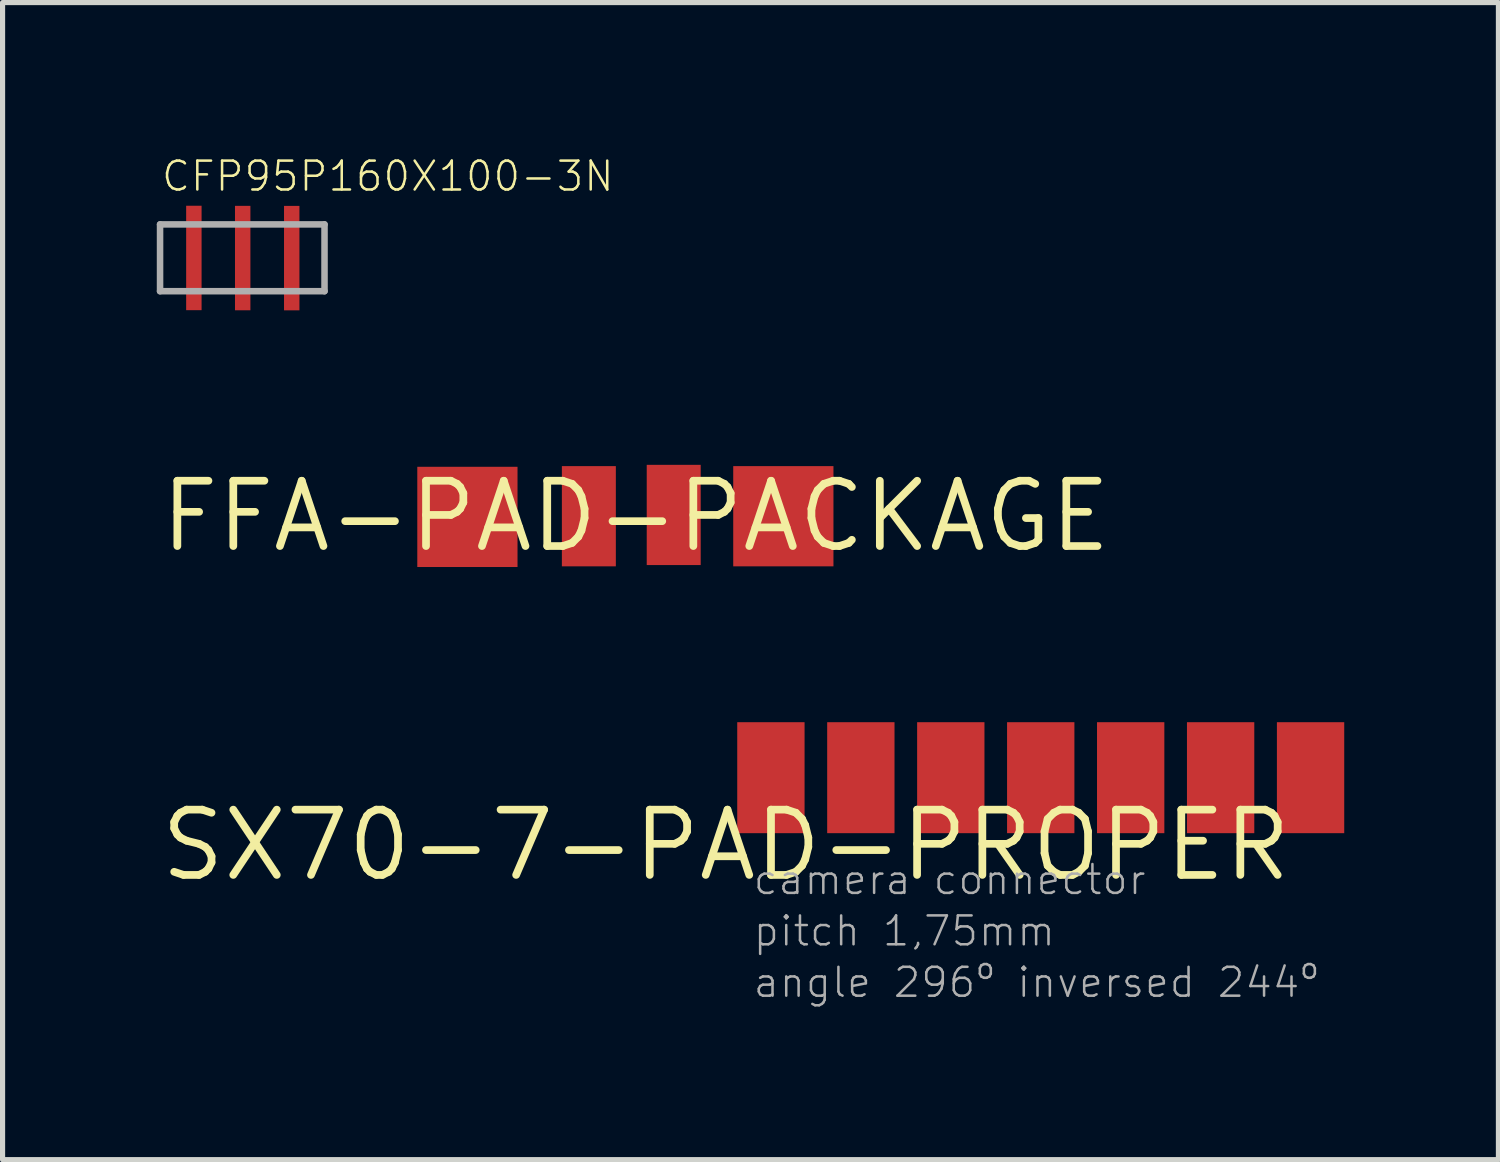
<source format=kicad_pcb>
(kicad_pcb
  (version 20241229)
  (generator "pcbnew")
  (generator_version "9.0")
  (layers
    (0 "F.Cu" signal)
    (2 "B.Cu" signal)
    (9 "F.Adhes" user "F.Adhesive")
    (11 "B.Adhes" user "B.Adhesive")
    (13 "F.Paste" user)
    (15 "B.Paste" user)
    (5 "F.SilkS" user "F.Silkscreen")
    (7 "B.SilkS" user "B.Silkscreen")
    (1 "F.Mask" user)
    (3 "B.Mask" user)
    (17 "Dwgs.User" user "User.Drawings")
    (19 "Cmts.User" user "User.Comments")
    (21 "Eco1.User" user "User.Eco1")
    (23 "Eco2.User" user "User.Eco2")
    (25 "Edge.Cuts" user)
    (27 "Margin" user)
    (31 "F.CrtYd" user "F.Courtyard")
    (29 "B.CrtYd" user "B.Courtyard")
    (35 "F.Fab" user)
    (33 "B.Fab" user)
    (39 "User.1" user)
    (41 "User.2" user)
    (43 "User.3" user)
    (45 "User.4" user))
  (footprint "SX70-7-PAD-PROPER"
    (layer "F.Cu")
    (at 11.074 13.393)
    (property "Reference" "SX70-7-PAD-PROPER" (at 0 0 0) (layer "F.SilkS") (effects (font (size 1.27 1.27) (thickness 0.15))))
    (fp_text user "angle 296º inversed 244º" (at 0.5 3 0) (layer "F.Fab") (effects (font (size 0.561 0.561) (thickness 0.049)) (justify left bottom)))
    (fp_text user "pitch 1,75mm" (at 0.5 2 0) (layer "F.Fab") (effects (font (size 0.561 0.561) (thickness 0.049)) (justify left bottom)))
    (fp_text user "camera connector" (at 0.5 1 0) (layer "F.Fab") (effects (font (size 0.561 0.561) (thickness 0.049)) (justify left bottom)))
    (pad "GND" smd rect (at 7.875 -1.312 90) (size 2.159 1.31) (layers "F.Cu" "F.Mask"))
    (pad "MOTOR" smd rect (at 6.125 -1.312 90) (size 2.159 1.31) (layers "F.Cu" "F.Mask"))
    (pad "S3" smd rect (at 9.625 -1.312 90) (size 2.159 1.31) (layers "F.Cu" "F.Mask"))
    (pad "S5" smd rect (at 11.375 -1.312 90) (size 2.159 1.31) (layers "F.Cu" "F.Mask"))
    (pad "S8" smd rect (at 0.875 -1.312 90) (size 2.159 1.31) (layers "F.Cu" "F.Mask"))
    (pad "S9" smd rect (at 2.625 -1.312 90) (size 2.159 1.31) (layers "F.Cu" "F.Mask"))
    (pad "VCC" smd rect (at 4.375 -1.312 90) (size 2.159 1.31) (layers "F.Cu" "F.Mask")))
  (footprint "CFP95P160X100-3N"
    (layer "F.Cu")
    (at 1.634 2.146)
    (property "Reference" "CFP95P160X100-3N" (at -1.573 -1.438 0) (layer "F.SilkS") (effects (font (size 0.562 0.562) (thickness 0.049)) (justify left bottom)))
    (fp_line (start -1.57 -0.83) (end -1.57 0.47) (stroke (width 0.127) (type solid)) (layer "F.Fab"))
    (fp_line (start -1.57 0.47) (end 1.63 0.47) (stroke (width 0.127) (type solid)) (layer "F.Fab"))
    (fp_line (start 1.63 -0.83) (end -1.57 -0.83) (stroke (width 0.127) (type solid)) (layer "F.Fab"))
    (fp_line (start 1.63 0.47) (end 1.63 -0.83) (stroke (width 0.127) (type solid)) (layer "F.Fab"))
    (pad "GND" smd rect (at 0.038 -0.175 90) (size 2.032 0.3) (layers "F.Cu" "F.Mask" "F.Paste"))
    (pad "IN" smd rect (at -0.912 -0.177 90) (size 2.032 0.3) (layers "F.Cu" "F.Mask" "F.Paste"))
    (pad "OUT" smd rect (at 0.992 -0.174 90) (size 2.032 0.3) (layers "F.Cu" "F.Mask" "F.Paste")))
  (footprint "FFA-PAD-PACKAGE"
    (layer "F.Cu")
    (at 9.321 6.994)
    (property "Reference" "FFA-PAD-PACKAGE" (at 0 0 0) (layer "F.SilkS") (effects (font (size 1.27 1.27) (thickness 0.15))))
    (pad "F+" smd rect (at -3.277 0.013) (size 1.95 1.95) (layers "F.Cu" "F.Mask"))
    (pad "F-" smd rect (at 2.87 0) (size 1.95 1.95) (layers "F.Cu" "F.Mask"))
    (pad "FF" smd rect (at -0.914 0) (size 1.05 1.95) (layers "F.Cu" "F.Mask"))
    (pad "FT" smd rect (at 0.737 -0.025) (size 1.05 1.95) (layers "F.Cu" "F.Mask")))
  (gr_rect
    (start -3 -3)
    (end 26.104 19.513)
    (stroke (width 0.1) (type default))
    (fill no)
    (layer "Edge.Cuts")))
</source>
